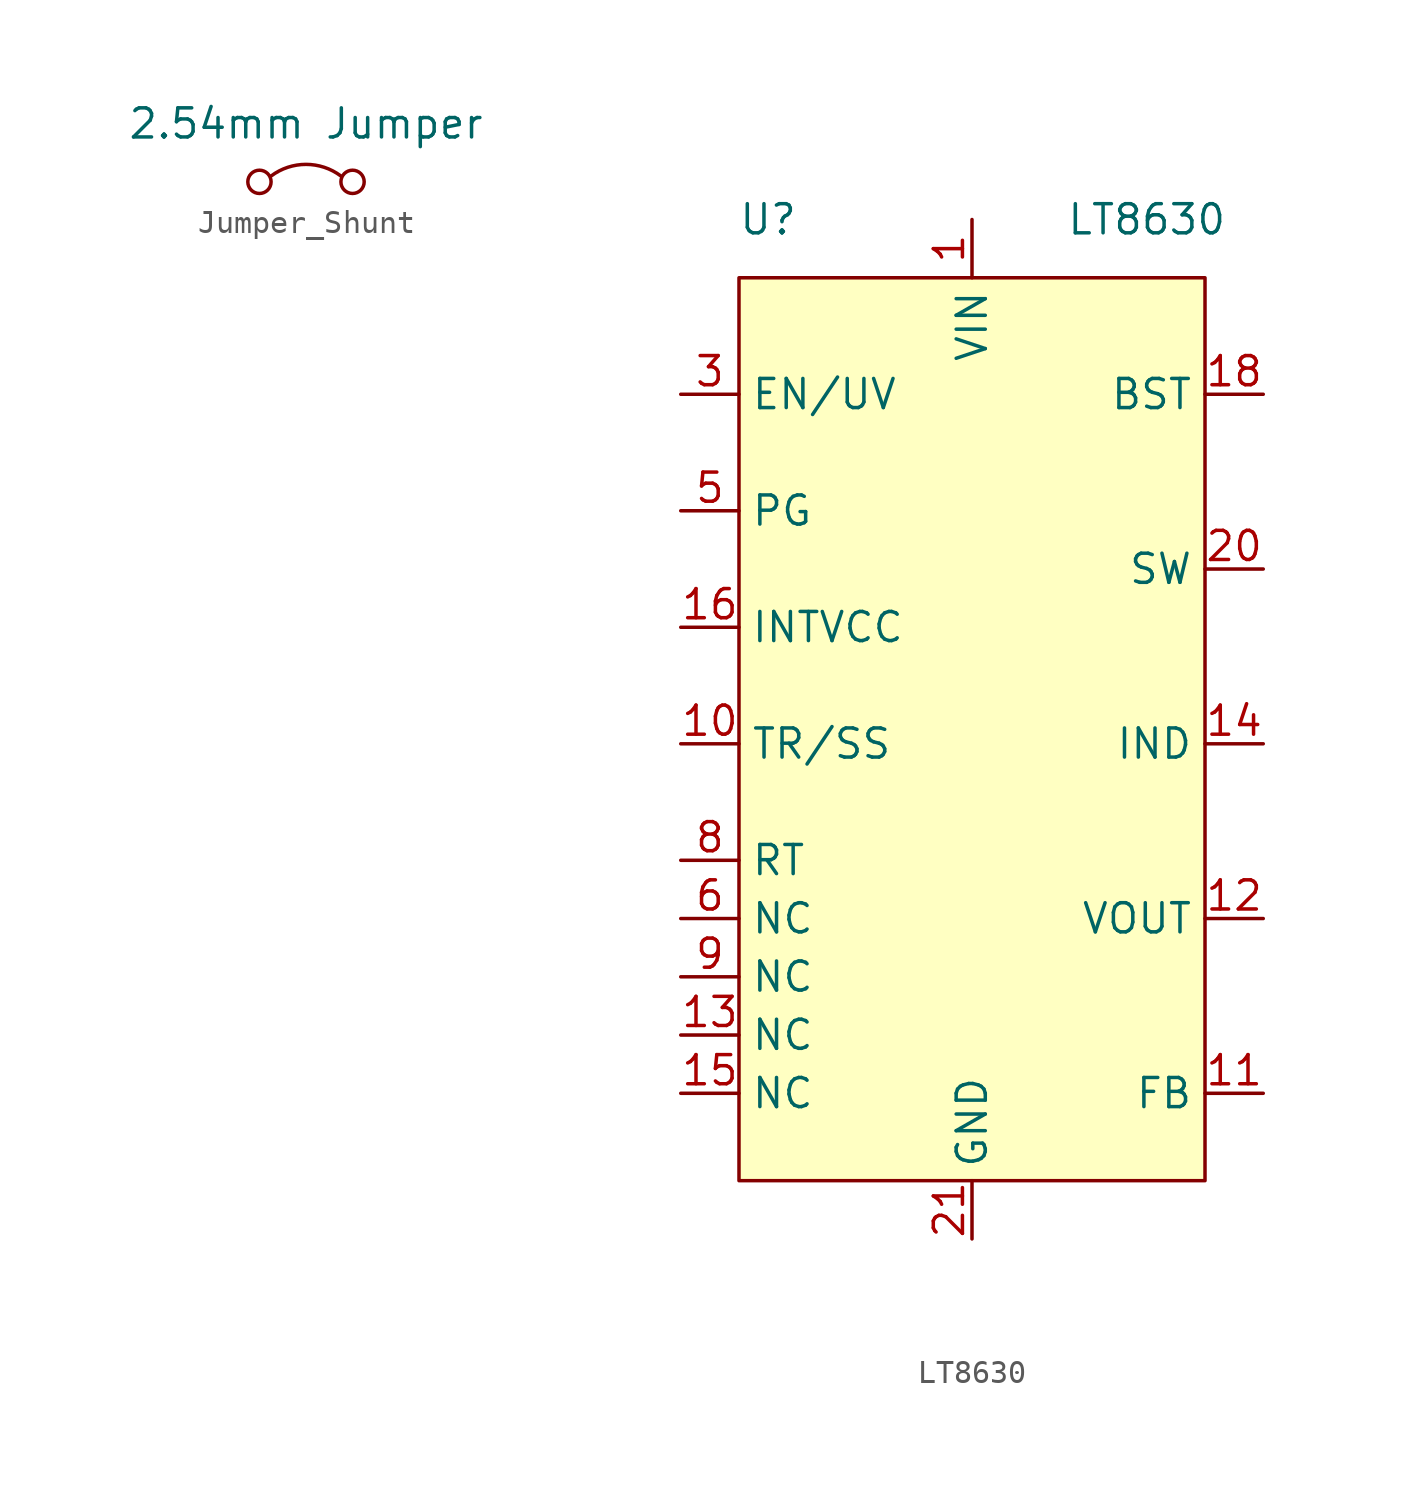
<source format=kicad_sym>
(kicad_symbol_lib
  (version 20241209)
  (generator "kicad_symbol_editor")
  (generator_version "9.0")
  (symbol "Jumper_Shunt"
    (pin_numbers
      (hide yes))
    (pin_names
      (offset 0)
      (hide yes))
    (property "Reference" "G"
      (at 0 1.905 0)
      (effects (font (size 1.27 1.27)) (hide yes)))
    (property "Value" "2.54mm Jumper"
      (at 0 2.54 0)
      (effects (font (size 1.27 1.27))))
    (symbol "Jumper_Shunt_0_0"
      (circle (center -2.032 0) (radius 0.508) (stroke (width 0) (type default)) (fill (type none)))
      (circle (center 2.032 0) (radius 0.508) (stroke (width 0) (type default)) (fill (type none))))
    (symbol "Jumper_Shunt_0_1"
      (arc (start -1.524 0.254) (mid 0 0.762) (end 1.524 0.254) (stroke (width 0) (type default)) (fill (type none)))))
  (symbol "LT8630"
    (property "Reference" "U"
      (at -8.89 22.86 0)
      (effects (font (size 1.27 1.27))))
    (property "Value" "LT8630"
      (at 7.62 22.86 0)
      (effects (font (size 1.27 1.27))))
    (symbol "LT8630_0_0"
      (pin unspecified line (at -12.7 15.24 0) (length 2.54) (name "EN/UV" (effects (font (size 1.27 1.27)))) (number "3" (effects (font (size 1.27 1.27)))))
      (pin unspecified line (at -12.7 10.16 0) (length 2.54) (name "PG" (effects (font (size 1.27 1.27)))) (number "5" (effects (font (size 1.27 1.27)))))
      (pin unspecified line (at -12.7 5.08 0) (length 2.54) (name "INTVCC" (effects (font (size 1.27 1.27)))) (number "16" (effects (font (size 1.27 1.27)))))
      (pin unspecified line (at -12.7 0 0) (length 2.54) (name "TR/SS" (effects (font (size 1.27 1.27)))) (number "10" (effects (font (size 1.27 1.27)))))
      (pin unspecified line (at -12.7 -5.08 0) (length 2.54) (name "RT" (effects (font (size 1.27 1.27)))) (number "8" (effects (font (size 1.27 1.27)))))
      (pin unspecified line (at -12.7 -7.62 0) (length 2.54) (name "NC" (effects (font (size 1.27 1.27)))) (number "6" (effects (font (size 1.27 1.27)))))
      (pin unspecified line (at -12.7 -10.16 0) (length 2.54) (name "NC" (effects (font (size 1.27 1.27)))) (number "9" (effects (font (size 1.27 1.27)))))
      (pin unspecified line (at -12.7 -12.7 0) (length 2.54) (name "NC" (effects (font (size 1.27 1.27)))) (number "13" (effects (font (size 1.27 1.27)))))
      (pin unspecified line (at -12.7 -15.24 0) (length 2.54) (name "NC" (effects (font (size 1.27 1.27)))) (number "15" (effects (font (size 1.27 1.27)))))
      (pin unspecified line (at 0 22.86 270) (length 2.54) (name "VIN" (effects (font (size 1.27 1.27)))) (number "1" (effects (font (size 1.27 1.27)))))
      (pin unspecified line (at 0 -21.59 90) (length 2.54) (name "GND" (effects (font (size 1.27 1.27)))) (number "21" (effects (font (size 1.27 1.27)))))
      (pin unspecified line (at 12.7 15.24 180) (length 2.54) (name "BST" (effects (font (size 1.27 1.27)))) (number "18" (effects (font (size 1.27 1.27)))))
      (pin unspecified line (at 12.7 7.62 180) (length 2.54) (name "SW" (effects (font (size 1.27 1.27)))) (number "20" (effects (font (size 1.27 1.27)))))
      (pin unspecified line (at 12.7 0 180) (length 2.54) (name "IND" (effects (font (size 1.27 1.27)))) (number "14" (effects (font (size 1.27 1.27)))))
      (pin unspecified line (at 12.7 -7.62 180) (length 2.54) (name "VOUT" (effects (font (size 1.27 1.27)))) (number "12" (effects (font (size 1.27 1.27)))))
      (pin unspecified line (at 12.7 -15.24 180) (length 2.54) (name "FB" (effects (font (size 1.27 1.27)))) (number "11" (effects (font (size 1.27 1.27))))))
    (symbol "LT8630_1_1"
      (rectangle (start -10.16 20.32) (end 10.16 -19.05) (stroke (width 0) (type default)) (fill (type background))))))
</source>
